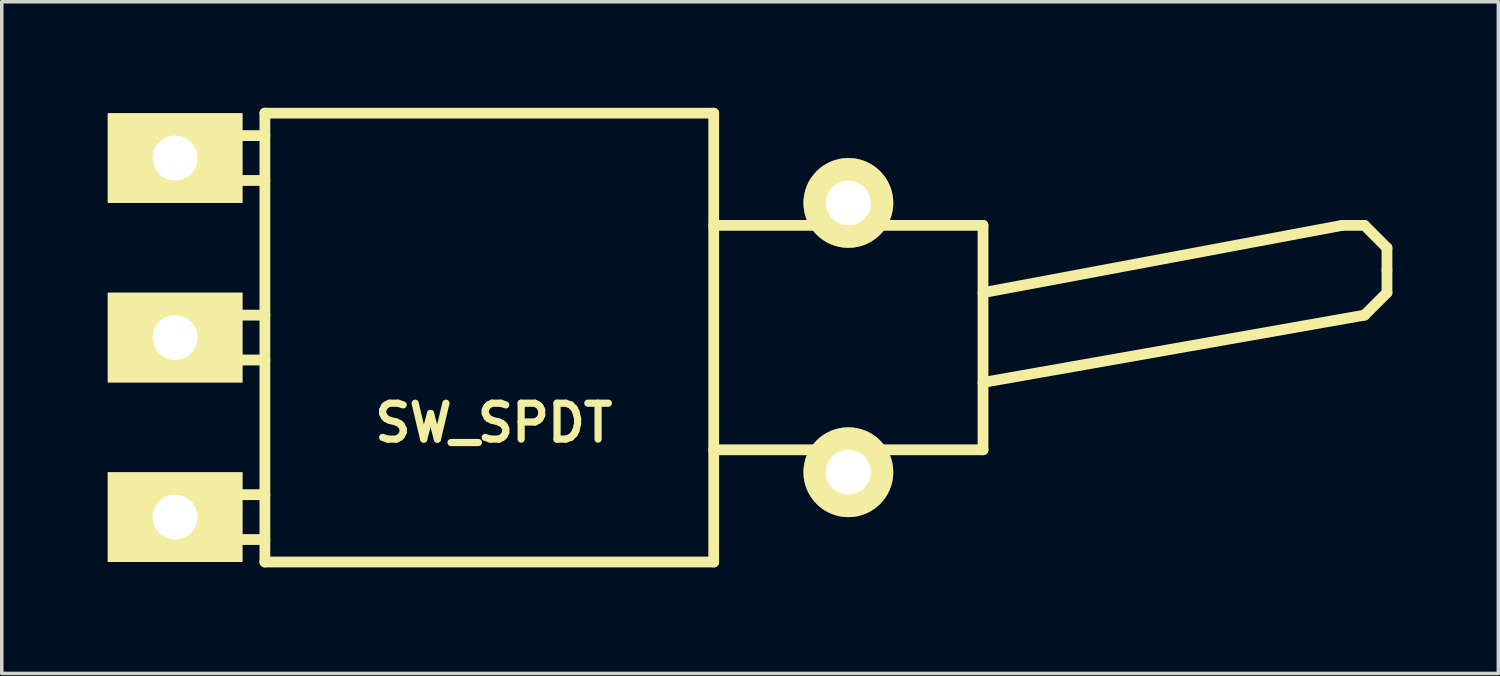
<source format=kicad_pcb>
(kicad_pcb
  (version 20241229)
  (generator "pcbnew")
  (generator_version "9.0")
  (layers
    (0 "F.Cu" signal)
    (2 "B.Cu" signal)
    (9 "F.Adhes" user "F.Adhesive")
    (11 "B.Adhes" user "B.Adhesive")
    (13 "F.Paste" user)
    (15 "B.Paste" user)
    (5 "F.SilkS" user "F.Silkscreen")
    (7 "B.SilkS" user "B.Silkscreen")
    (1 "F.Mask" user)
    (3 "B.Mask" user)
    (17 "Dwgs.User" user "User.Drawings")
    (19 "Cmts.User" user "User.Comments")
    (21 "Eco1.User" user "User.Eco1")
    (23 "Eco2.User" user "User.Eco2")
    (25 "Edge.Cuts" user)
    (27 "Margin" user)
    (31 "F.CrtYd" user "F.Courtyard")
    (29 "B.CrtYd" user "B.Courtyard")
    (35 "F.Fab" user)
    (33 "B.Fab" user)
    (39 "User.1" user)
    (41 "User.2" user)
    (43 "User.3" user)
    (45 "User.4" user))
  (footprint "SW_SPDT"
    (layer "F.Cu")
    (at 1.905 6.502)
    (property "Reference" "SW_SPDT" (at 9.017 2.413 180) (layer "F.SilkS") (effects (font (size 1.016 1.016) (thickness 0.203))))
    (attr through_hole)
    (fp_line (start -1.27 -5.715) (end -1.27 -5.08) (stroke (width 0.305) (type solid)) (layer "F.SilkS"))
    (fp_line (start -1.27 -5.715) (end 2.54 -5.715) (stroke (width 0.305) (type solid)) (layer "F.SilkS"))
    (fp_line (start -1.27 -5.08) (end -1.27 -4.445) (stroke (width 0.305) (type solid)) (layer "F.SilkS"))
    (fp_line (start -1.27 -4.445) (end 2.54 -4.445) (stroke (width 0.305) (type solid)) (layer "F.SilkS"))
    (fp_line (start -1.27 -0.635) (end -1.27 0.635) (stroke (width 0.305) (type solid)) (layer "F.SilkS"))
    (fp_line (start -1.27 0.635) (end 2.54 0.635) (stroke (width 0.305) (type solid)) (layer "F.SilkS"))
    (fp_line (start -1.27 4.445) (end -1.27 5.715) (stroke (width 0.305) (type solid)) (layer "F.SilkS"))
    (fp_line (start -1.27 5.715) (end 2.54 5.715) (stroke (width 0.305) (type solid)) (layer "F.SilkS"))
    (fp_line (start 2.54 -6.35) (end 2.54 6.35) (stroke (width 0.305) (type solid)) (layer "F.SilkS"))
    (fp_line (start 2.54 -0.635) (end -1.27 -0.635) (stroke (width 0.305) (type solid)) (layer "F.SilkS"))
    (fp_line (start 2.54 4.445) (end -1.27 4.445) (stroke (width 0.305) (type solid)) (layer "F.SilkS"))
    (fp_line (start 2.54 6.35) (end 15.24 6.35) (stroke (width 0.305) (type solid)) (layer "F.SilkS"))
    (fp_line (start 15.24 -6.35) (end 2.54 -6.35) (stroke (width 0.305) (type solid)) (layer "F.SilkS"))
    (fp_line (start 15.24 -3.175) (end 22.86 -3.175) (stroke (width 0.305) (type solid)) (layer "F.SilkS"))
    (fp_line (start 15.24 6.35) (end 15.24 -6.35) (stroke (width 0.305) (type solid)) (layer "F.SilkS"))
    (fp_line (start 22.86 -3.175) (end 22.86 3.175) (stroke (width 0.305) (type solid)) (layer "F.SilkS"))
    (fp_line (start 22.86 -1.27) (end 33.02 -3.175) (stroke (width 0.305) (type solid)) (layer "F.SilkS"))
    (fp_line (start 22.86 3.175) (end 15.24 3.175) (stroke (width 0.305) (type solid)) (layer "F.SilkS"))
    (fp_line (start 33.02 -3.175) (end 33.655 -3.175) (stroke (width 0.305) (type solid)) (layer "F.SilkS"))
    (fp_line (start 33.655 -3.175) (end 34.29 -2.54) (stroke (width 0.305) (type solid)) (layer "F.SilkS"))
    (fp_line (start 33.655 -0.635) (end 22.86 1.27) (stroke (width 0.305) (type solid)) (layer "F.SilkS"))
    (fp_line (start 34.29 -2.54) (end 34.29 -1.905) (stroke (width 0.305) (type solid)) (layer "F.SilkS"))
    (fp_line (start 34.29 -1.905) (end 34.29 -1.27) (stroke (width 0.305) (type solid)) (layer "F.SilkS"))
    (fp_line (start 34.29 -1.27) (end 33.655 -0.635) (stroke (width 0.305) (type solid)) (layer "F.SilkS"))
    (pad "1" thru_hole rect (at 0 -5.08) (size 3.81 2.54) (drill 1.27) (layers "*.Cu" "*.Mask" "F.SilkS"))
    (pad "2" thru_hole rect (at 0 0) (size 3.81 2.54) (drill 1.27) (layers "*.Cu" "*.Mask" "F.SilkS"))
    (pad "3" thru_hole rect (at 0 5.08) (size 3.81 2.54) (drill 1.27) (layers "*.Cu" "*.Mask" "F.SilkS"))
    (pad "H1" thru_hole circle (at 19.05 -3.81) (size 2.54 2.54) (drill 1.27) (layers "*.Cu" "*.Mask" "F.SilkS"))
    (pad "H2" thru_hole circle (at 19.05 3.81) (size 2.54 2.54) (drill 1.27) (layers "*.Cu" "*.Mask" "F.SilkS")))
  (gr_rect
    (start -3 -3)
    (end 39.347 16.005)
    (stroke (width 0.1) (type default))
    (fill no)
    (layer "Edge.Cuts")))
</source>
